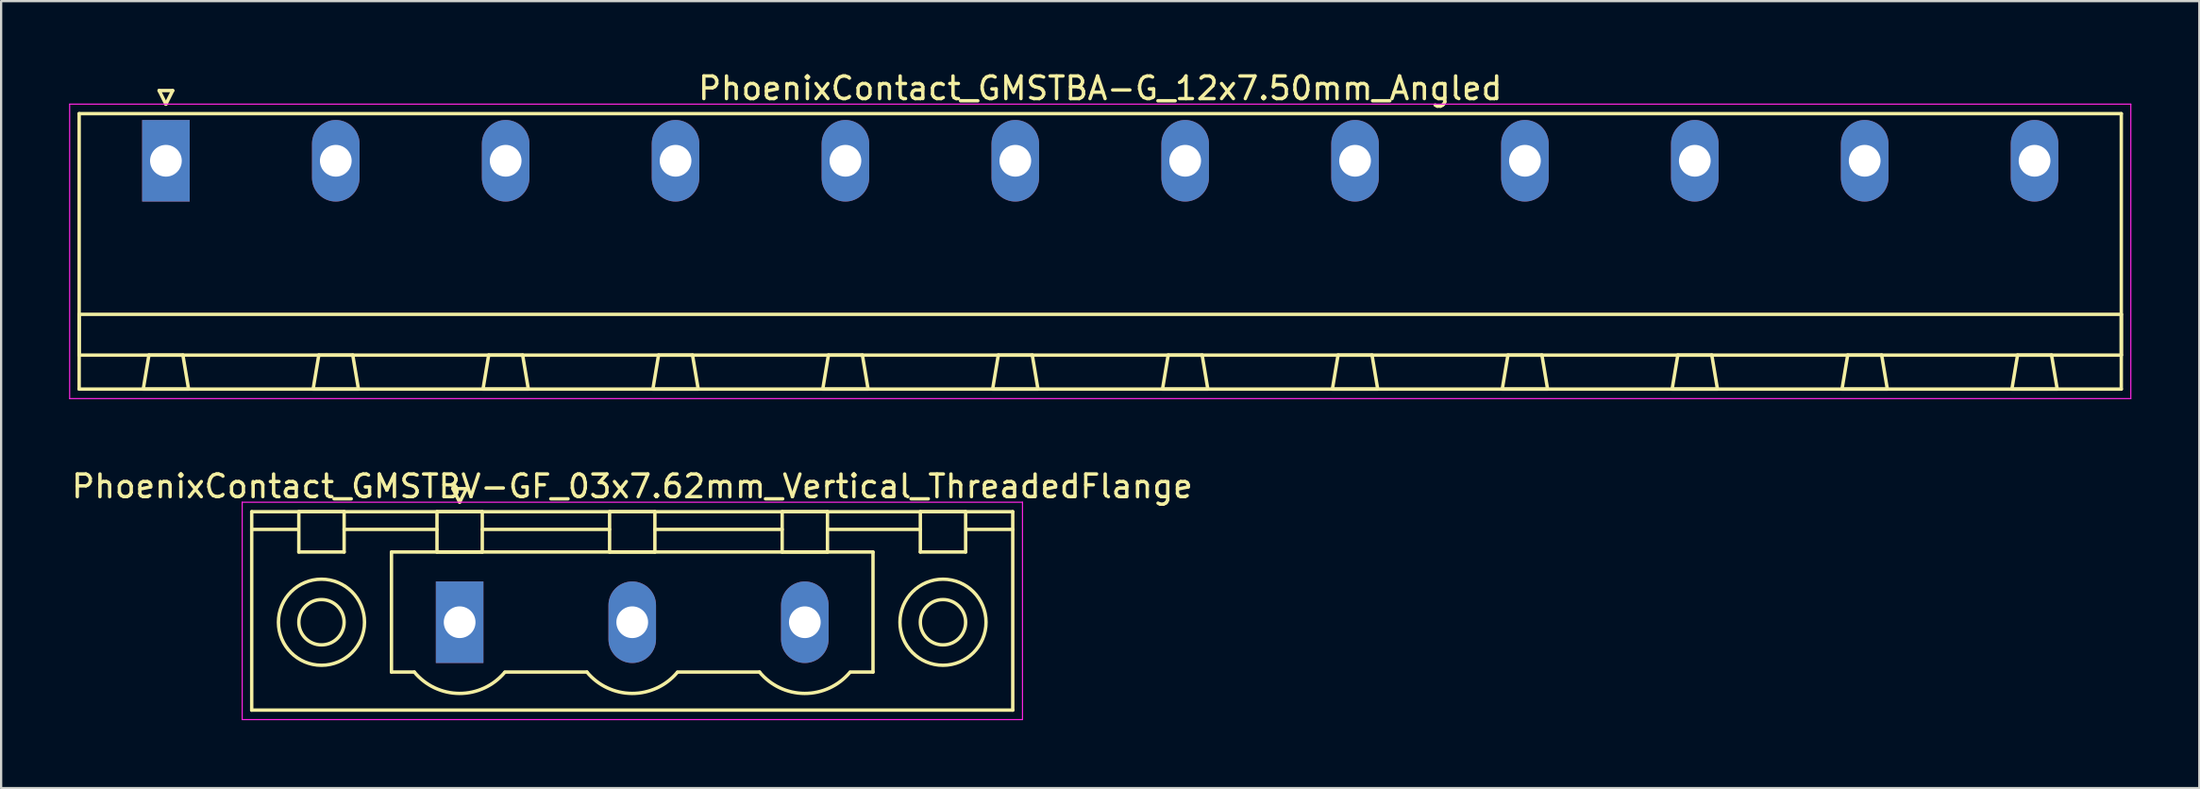
<source format=kicad_pcb>
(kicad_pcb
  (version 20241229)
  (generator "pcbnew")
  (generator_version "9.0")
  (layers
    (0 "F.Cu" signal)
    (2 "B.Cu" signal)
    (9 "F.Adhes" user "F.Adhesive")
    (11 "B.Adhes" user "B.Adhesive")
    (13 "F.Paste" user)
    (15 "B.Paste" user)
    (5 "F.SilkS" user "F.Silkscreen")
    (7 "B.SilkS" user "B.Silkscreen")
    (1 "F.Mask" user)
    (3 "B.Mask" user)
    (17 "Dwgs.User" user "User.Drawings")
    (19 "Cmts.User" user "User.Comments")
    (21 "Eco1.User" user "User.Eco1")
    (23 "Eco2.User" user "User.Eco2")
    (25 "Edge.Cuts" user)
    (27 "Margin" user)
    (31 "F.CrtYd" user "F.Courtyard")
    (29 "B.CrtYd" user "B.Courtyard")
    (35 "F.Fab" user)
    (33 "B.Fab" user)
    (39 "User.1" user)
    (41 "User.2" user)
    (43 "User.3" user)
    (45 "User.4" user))
  (footprint "PhoenixContact_GMSTBV-GF_03x7.62mm_Vertical_ThreadedFlange"
    (layer "F.Cu")
    (at 17.243 24.422)
    (property "Reference" "PhoenixContact_GMSTBV-GF_03x7.62mm_Vertical_ThreadedFlange" (at 7.62 -6 0) (layer "F.SilkS") (effects (font (size 1 1) (thickness 0.15))))
    (attr through_hole)
    (fp_line (start -9.18 -4.88) (end -9.18 3.88) (stroke (width 0.15) (type solid)) (layer "F.SilkS"))
    (fp_line (start -9.18 -4.1) (end -7.18 -4.1) (stroke (width 0.15) (type solid)) (layer "F.SilkS"))
    (fp_line (start -9.18 3.88) (end 24.42 3.88) (stroke (width 0.15) (type solid)) (layer "F.SilkS"))
    (fp_line (start -7.1 -4.88) (end -5.1 -4.88) (stroke (width 0.15) (type solid)) (layer "F.SilkS"))
    (fp_line (start -7.1 -3.1) (end -7.1 -4.88) (stroke (width 0.15) (type solid)) (layer "F.SilkS"))
    (fp_line (start -5.1 -4.88) (end -5.1 -3.1) (stroke (width 0.15) (type solid)) (layer "F.SilkS"))
    (fp_line (start -5.1 -4.1) (end -1 -4.1) (stroke (width 0.15) (type solid)) (layer "F.SilkS"))
    (fp_line (start -5.1 -3.1) (end -7.1 -3.1) (stroke (width 0.15) (type solid)) (layer "F.SilkS"))
    (fp_line (start -3.01 -3.1) (end 18.25 -3.1) (stroke (width 0.15) (type solid)) (layer "F.SilkS"))
    (fp_line (start -3.01 2.2) (end -3.01 -3.1) (stroke (width 0.15) (type solid)) (layer "F.SilkS"))
    (fp_line (start -2 2.2) (end -3.01 2.2) (stroke (width 0.15) (type solid)) (layer "F.SilkS"))
    (fp_line (start -1 -4.88) (end 1 -4.88) (stroke (width 0.15) (type solid)) (layer "F.SilkS"))
    (fp_line (start -1 -3.1) (end -1 -4.88) (stroke (width 0.15) (type solid)) (layer "F.SilkS"))
    (fp_line (start -0.3 -5.9) (end 0 -5.3) (stroke (width 0.15) (type solid)) (layer "F.SilkS"))
    (fp_line (start 0 -5.3) (end 0.3 -5.9) (stroke (width 0.15) (type solid)) (layer "F.SilkS"))
    (fp_line (start 0.3 -5.9) (end -0.3 -5.9) (stroke (width 0.15) (type solid)) (layer "F.SilkS"))
    (fp_line (start 1 -4.88) (end 1 -3.1) (stroke (width 0.15) (type solid)) (layer "F.SilkS"))
    (fp_line (start 1 -4.1) (end 6.62 -4.1) (stroke (width 0.15) (type solid)) (layer "F.SilkS"))
    (fp_line (start 1 -3.1) (end -1 -3.1) (stroke (width 0.15) (type solid)) (layer "F.SilkS"))
    (fp_line (start 2 2.2) (end 5.62 2.2) (stroke (width 0.15) (type solid)) (layer "F.SilkS"))
    (fp_line (start 6.62 -4.88) (end 8.62 -4.88) (stroke (width 0.15) (type solid)) (layer "F.SilkS"))
    (fp_line (start 6.62 -3.1) (end 6.62 -4.88) (stroke (width 0.15) (type solid)) (layer "F.SilkS"))
    (fp_line (start 8.62 -4.88) (end 8.62 -3.1) (stroke (width 0.15) (type solid)) (layer "F.SilkS"))
    (fp_line (start 8.62 -4.1) (end 14.24 -4.1) (stroke (width 0.15) (type solid)) (layer "F.SilkS"))
    (fp_line (start 8.62 -3.1) (end 6.62 -3.1) (stroke (width 0.15) (type solid)) (layer "F.SilkS"))
    (fp_line (start 9.62 2.2) (end 13.24 2.2) (stroke (width 0.15) (type solid)) (layer "F.SilkS"))
    (fp_line (start 14.24 -4.88) (end 16.24 -4.88) (stroke (width 0.15) (type solid)) (layer "F.SilkS"))
    (fp_line (start 14.24 -3.1) (end 14.24 -4.88) (stroke (width 0.15) (type solid)) (layer "F.SilkS"))
    (fp_line (start 16.24 -4.88) (end 16.24 -3.1) (stroke (width 0.15) (type solid)) (layer "F.SilkS"))
    (fp_line (start 16.24 -4.1) (end 20.34 -4.1) (stroke (width 0.15) (type solid)) (layer "F.SilkS"))
    (fp_line (start 16.24 -3.1) (end 14.24 -3.1) (stroke (width 0.15) (type solid)) (layer "F.SilkS"))
    (fp_line (start 18.25 -3.1) (end 18.25 2.2) (stroke (width 0.15) (type solid)) (layer "F.SilkS"))
    (fp_line (start 18.25 2.2) (end 17.24 2.2) (stroke (width 0.15) (type solid)) (layer "F.SilkS"))
    (fp_line (start 20.34 -4.88) (end 22.34 -4.88) (stroke (width 0.15) (type solid)) (layer "F.SilkS"))
    (fp_line (start 20.34 -3.1) (end 20.34 -4.88) (stroke (width 0.15) (type solid)) (layer "F.SilkS"))
    (fp_line (start 22.34 -4.88) (end 22.34 -3.1) (stroke (width 0.15) (type solid)) (layer "F.SilkS"))
    (fp_line (start 22.34 -3.1) (end 20.34 -3.1) (stroke (width 0.15) (type solid)) (layer "F.SilkS"))
    (fp_line (start 24.42 -4.88) (end -9.18 -4.88) (stroke (width 0.15) (type solid)) (layer "F.SilkS"))
    (fp_line (start 24.42 -4.1) (end 22.42 -4.1) (stroke (width 0.15) (type solid)) (layer "F.SilkS"))
    (fp_line (start 24.42 3.88) (end 24.42 -4.88) (stroke (width 0.15) (type solid)) (layer "F.SilkS"))
    (fp_arc (start 1.986842 2.215821) (mid -0.010289 3.142758) (end -2 2.2) (stroke (width 0.15) (type solid)) (layer "F.SilkS"))
    (fp_arc (start 9.606842 2.215821) (mid 7.609711 3.142758) (end 5.62 2.2) (stroke (width 0.15) (type solid)) (layer "F.SilkS"))
    (fp_arc (start 17.226842 2.215821) (mid 15.229711 3.142758) (end 13.24 2.2) (stroke (width 0.15) (type solid)) (layer "F.SilkS"))
    (fp_circle (center -6.1 0) (end -5.1 0) (stroke (width 0.15) (type solid)) (fill no) (layer "F.SilkS"))
    (fp_circle (center -6.1 0) (end -4.2 0) (stroke (width 0.15) (type solid)) (fill no) (layer "F.SilkS"))
    (fp_circle (center 21.34 0) (end 22.34 0) (stroke (width 0.15) (type solid)) (fill no) (layer "F.SilkS"))
    (fp_circle (center 21.34 0) (end 23.24 0) (stroke (width 0.15) (type solid)) (fill no) (layer "F.SilkS"))
    (fp_line (start -9.6 -5.3) (end -9.6 4.3) (stroke (width 0.05) (type solid)) (layer "F.CrtYd"))
    (fp_line (start -9.6 4.3) (end 24.85 4.3) (stroke (width 0.05) (type solid)) (layer "F.CrtYd"))
    (fp_line (start 24.85 -5.3) (end -9.6 -5.3) (stroke (width 0.05) (type solid)) (layer "F.CrtYd"))
    (fp_line (start 24.85 4.3) (end 24.85 -5.3) (stroke (width 0.05) (type solid)) (layer "F.CrtYd"))
    (pad "1" thru_hole rect (at 0 0) (size 2.1 3.6) (drill 1.4) (layers "*.Cu" "*.Mask"))
    (pad "2" thru_hole oval (at 7.62 0) (size 2.1 3.6) (drill 1.4) (layers "*.Cu" "*.Mask"))
    (pad "3" thru_hole oval (at 15.24 0) (size 2.1 3.6) (drill 1.4) (layers "*.Cu" "*.Mask")))
  (footprint "PhoenixContact_GMSTBA-G_12x7.50mm_Angled"
    (layer "F.Cu")
    (at 4.275 4.048)
    (property "Reference" "PhoenixContact_GMSTBA-G_12x7.50mm_Angled" (at 41.25 -3.2 0) (layer "F.SilkS") (effects (font (size 1 1) (thickness 0.15))))
    (attr through_hole)
    (fp_line (start -3.83 -2.08) (end -3.83 10.08) (stroke (width 0.15) (type solid)) (layer "F.SilkS"))
    (fp_line (start -3.83 6.78) (end 86.33 6.78) (stroke (width 0.15) (type solid)) (layer "F.SilkS"))
    (fp_line (start -3.83 8.58) (end -3.83 6.78) (stroke (width 0.15) (type solid)) (layer "F.SilkS"))
    (fp_line (start -3.83 10.08) (end 86.33 10.08) (stroke (width 0.15) (type solid)) (layer "F.SilkS"))
    (fp_line (start -1 10.08) (end 1 10.08) (stroke (width 0.15) (type solid)) (layer "F.SilkS"))
    (fp_line (start -0.75 8.58) (end -1 10.08) (stroke (width 0.15) (type solid)) (layer "F.SilkS"))
    (fp_line (start -0.3 -3.1) (end 0 -2.5) (stroke (width 0.15) (type solid)) (layer "F.SilkS"))
    (fp_line (start 0 -2.5) (end 0.3 -3.1) (stroke (width 0.15) (type solid)) (layer "F.SilkS"))
    (fp_line (start 0.3 -3.1) (end -0.3 -3.1) (stroke (width 0.15) (type solid)) (layer "F.SilkS"))
    (fp_line (start 0.75 8.58) (end -0.75 8.58) (stroke (width 0.15) (type solid)) (layer "F.SilkS"))
    (fp_line (start 1 10.08) (end 0.75 8.58) (stroke (width 0.15) (type solid)) (layer "F.SilkS"))
    (fp_line (start 6.5 10.08) (end 8.5 10.08) (stroke (width 0.15) (type solid)) (layer "F.SilkS"))
    (fp_line (start 6.75 8.58) (end 6.5 10.08) (stroke (width 0.15) (type solid)) (layer "F.SilkS"))
    (fp_line (start 8.25 8.58) (end 6.75 8.58) (stroke (width 0.15) (type solid)) (layer "F.SilkS"))
    (fp_line (start 8.5 10.08) (end 8.25 8.58) (stroke (width 0.15) (type solid)) (layer "F.SilkS"))
    (fp_line (start 14 10.08) (end 16 10.08) (stroke (width 0.15) (type solid)) (layer "F.SilkS"))
    (fp_line (start 14.25 8.58) (end 14 10.08) (stroke (width 0.15) (type solid)) (layer "F.SilkS"))
    (fp_line (start 15.75 8.58) (end 14.25 8.58) (stroke (width 0.15) (type solid)) (layer "F.SilkS"))
    (fp_line (start 16 10.08) (end 15.75 8.58) (stroke (width 0.15) (type solid)) (layer "F.SilkS"))
    (fp_line (start 21.5 10.08) (end 23.5 10.08) (stroke (width 0.15) (type solid)) (layer "F.SilkS"))
    (fp_line (start 21.75 8.58) (end 21.5 10.08) (stroke (width 0.15) (type solid)) (layer "F.SilkS"))
    (fp_line (start 23.25 8.58) (end 21.75 8.58) (stroke (width 0.15) (type solid)) (layer "F.SilkS"))
    (fp_line (start 23.5 10.08) (end 23.25 8.58) (stroke (width 0.15) (type solid)) (layer "F.SilkS"))
    (fp_line (start 29 10.08) (end 31 10.08) (stroke (width 0.15) (type solid)) (layer "F.SilkS"))
    (fp_line (start 29.25 8.58) (end 29 10.08) (stroke (width 0.15) (type solid)) (layer "F.SilkS"))
    (fp_line (start 30.75 8.58) (end 29.25 8.58) (stroke (width 0.15) (type solid)) (layer "F.SilkS"))
    (fp_line (start 31 10.08) (end 30.75 8.58) (stroke (width 0.15) (type solid)) (layer "F.SilkS"))
    (fp_line (start 36.5 10.08) (end 38.5 10.08) (stroke (width 0.15) (type solid)) (layer "F.SilkS"))
    (fp_line (start 36.75 8.58) (end 36.5 10.08) (stroke (width 0.15) (type solid)) (layer "F.SilkS"))
    (fp_line (start 38.25 8.58) (end 36.75 8.58) (stroke (width 0.15) (type solid)) (layer "F.SilkS"))
    (fp_line (start 38.5 10.08) (end 38.25 8.58) (stroke (width 0.15) (type solid)) (layer "F.SilkS"))
    (fp_line (start 44 10.08) (end 46 10.08) (stroke (width 0.15) (type solid)) (layer "F.SilkS"))
    (fp_line (start 44.25 8.58) (end 44 10.08) (stroke (width 0.15) (type solid)) (layer "F.SilkS"))
    (fp_line (start 45.75 8.58) (end 44.25 8.58) (stroke (width 0.15) (type solid)) (layer "F.SilkS"))
    (fp_line (start 46 10.08) (end 45.75 8.58) (stroke (width 0.15) (type solid)) (layer "F.SilkS"))
    (fp_line (start 51.5 10.08) (end 53.5 10.08) (stroke (width 0.15) (type solid)) (layer "F.SilkS"))
    (fp_line (start 51.75 8.58) (end 51.5 10.08) (stroke (width 0.15) (type solid)) (layer "F.SilkS"))
    (fp_line (start 53.25 8.58) (end 51.75 8.58) (stroke (width 0.15) (type solid)) (layer "F.SilkS"))
    (fp_line (start 53.5 10.08) (end 53.25 8.58) (stroke (width 0.15) (type solid)) (layer "F.SilkS"))
    (fp_line (start 59 10.08) (end 61 10.08) (stroke (width 0.15) (type solid)) (layer "F.SilkS"))
    (fp_line (start 59.25 8.58) (end 59 10.08) (stroke (width 0.15) (type solid)) (layer "F.SilkS"))
    (fp_line (start 60.75 8.58) (end 59.25 8.58) (stroke (width 0.15) (type solid)) (layer "F.SilkS"))
    (fp_line (start 61 10.08) (end 60.75 8.58) (stroke (width 0.15) (type solid)) (layer "F.SilkS"))
    (fp_line (start 66.5 10.08) (end 68.5 10.08) (stroke (width 0.15) (type solid)) (layer "F.SilkS"))
    (fp_line (start 66.75 8.58) (end 66.5 10.08) (stroke (width 0.15) (type solid)) (layer "F.SilkS"))
    (fp_line (start 68.25 8.58) (end 66.75 8.58) (stroke (width 0.15) (type solid)) (layer "F.SilkS"))
    (fp_line (start 68.5 10.08) (end 68.25 8.58) (stroke (width 0.15) (type solid)) (layer "F.SilkS"))
    (fp_line (start 74 10.08) (end 76 10.08) (stroke (width 0.15) (type solid)) (layer "F.SilkS"))
    (fp_line (start 74.25 8.58) (end 74 10.08) (stroke (width 0.15) (type solid)) (layer "F.SilkS"))
    (fp_line (start 75.75 8.58) (end 74.25 8.58) (stroke (width 0.15) (type solid)) (layer "F.SilkS"))
    (fp_line (start 76 10.08) (end 75.75 8.58) (stroke (width 0.15) (type solid)) (layer "F.SilkS"))
    (fp_line (start 81.5 10.08) (end 83.5 10.08) (stroke (width 0.15) (type solid)) (layer "F.SilkS"))
    (fp_line (start 81.75 8.58) (end 81.5 10.08) (stroke (width 0.15) (type solid)) (layer "F.SilkS"))
    (fp_line (start 83.25 8.58) (end 81.75 8.58) (stroke (width 0.15) (type solid)) (layer "F.SilkS"))
    (fp_line (start 83.5 10.08) (end 83.25 8.58) (stroke (width 0.15) (type solid)) (layer "F.SilkS"))
    (fp_line (start 86.33 -2.08) (end -3.83 -2.08) (stroke (width 0.15) (type solid)) (layer "F.SilkS"))
    (fp_line (start 86.33 6.78) (end 86.33 8.58) (stroke (width 0.15) (type solid)) (layer "F.SilkS"))
    (fp_line (start 86.33 8.58) (end -3.83 8.58) (stroke (width 0.15) (type solid)) (layer "F.SilkS"))
    (fp_line (start 86.33 10.08) (end 86.33 -2.08) (stroke (width 0.15) (type solid)) (layer "F.SilkS"))
    (fp_line (start -4.25 -2.5) (end -4.25 10.5) (stroke (width 0.05) (type solid)) (layer "F.CrtYd"))
    (fp_line (start -4.25 10.5) (end 86.75 10.5) (stroke (width 0.05) (type solid)) (layer "F.CrtYd"))
    (fp_line (start 86.75 -2.5) (end -4.25 -2.5) (stroke (width 0.05) (type solid)) (layer "F.CrtYd"))
    (fp_line (start 86.75 10.5) (end 86.75 -2.5) (stroke (width 0.05) (type solid)) (layer "F.CrtYd"))
    (pad "1" thru_hole rect (at 0 0) (size 2.1 3.6) (drill 1.4) (layers "*.Cu" "*.Mask"))
    (pad "2" thru_hole oval (at 7.5 0) (size 2.1 3.6) (drill 1.4) (layers "*.Cu" "*.Mask"))
    (pad "3" thru_hole oval (at 15 0) (size 2.1 3.6) (drill 1.4) (layers "*.Cu" "*.Mask"))
    (pad "4" thru_hole oval (at 22.5 0) (size 2.1 3.6) (drill 1.4) (layers "*.Cu" "*.Mask"))
    (pad "5" thru_hole oval (at 30 0) (size 2.1 3.6) (drill 1.4) (layers "*.Cu" "*.Mask"))
    (pad "6" thru_hole oval (at 37.5 0) (size 2.1 3.6) (drill 1.4) (layers "*.Cu" "*.Mask"))
    (pad "7" thru_hole oval (at 45 0) (size 2.1 3.6) (drill 1.4) (layers "*.Cu" "*.Mask"))
    (pad "8" thru_hole oval (at 52.5 0) (size 2.1 3.6) (drill 1.4) (layers "*.Cu" "*.Mask"))
    (pad "9" thru_hole oval (at 60 0) (size 2.1 3.6) (drill 1.4) (layers "*.Cu" "*.Mask"))
    (pad "10" thru_hole oval (at 67.5 0) (size 2.1 3.6) (drill 1.4) (layers "*.Cu" "*.Mask"))
    (pad "11" thru_hole oval (at 75 0) (size 2.1 3.6) (drill 1.4) (layers "*.Cu" "*.Mask"))
    (pad "12" thru_hole oval (at 82.5 0) (size 2.1 3.6) (drill 1.4) (layers "*.Cu" "*.Mask")))
  (gr_rect
    (start -3 -3)
    (end 94.05 31.747)
    (stroke (width 0.1) (type default))
    (fill no)
    (layer "Edge.Cuts")))
</source>
